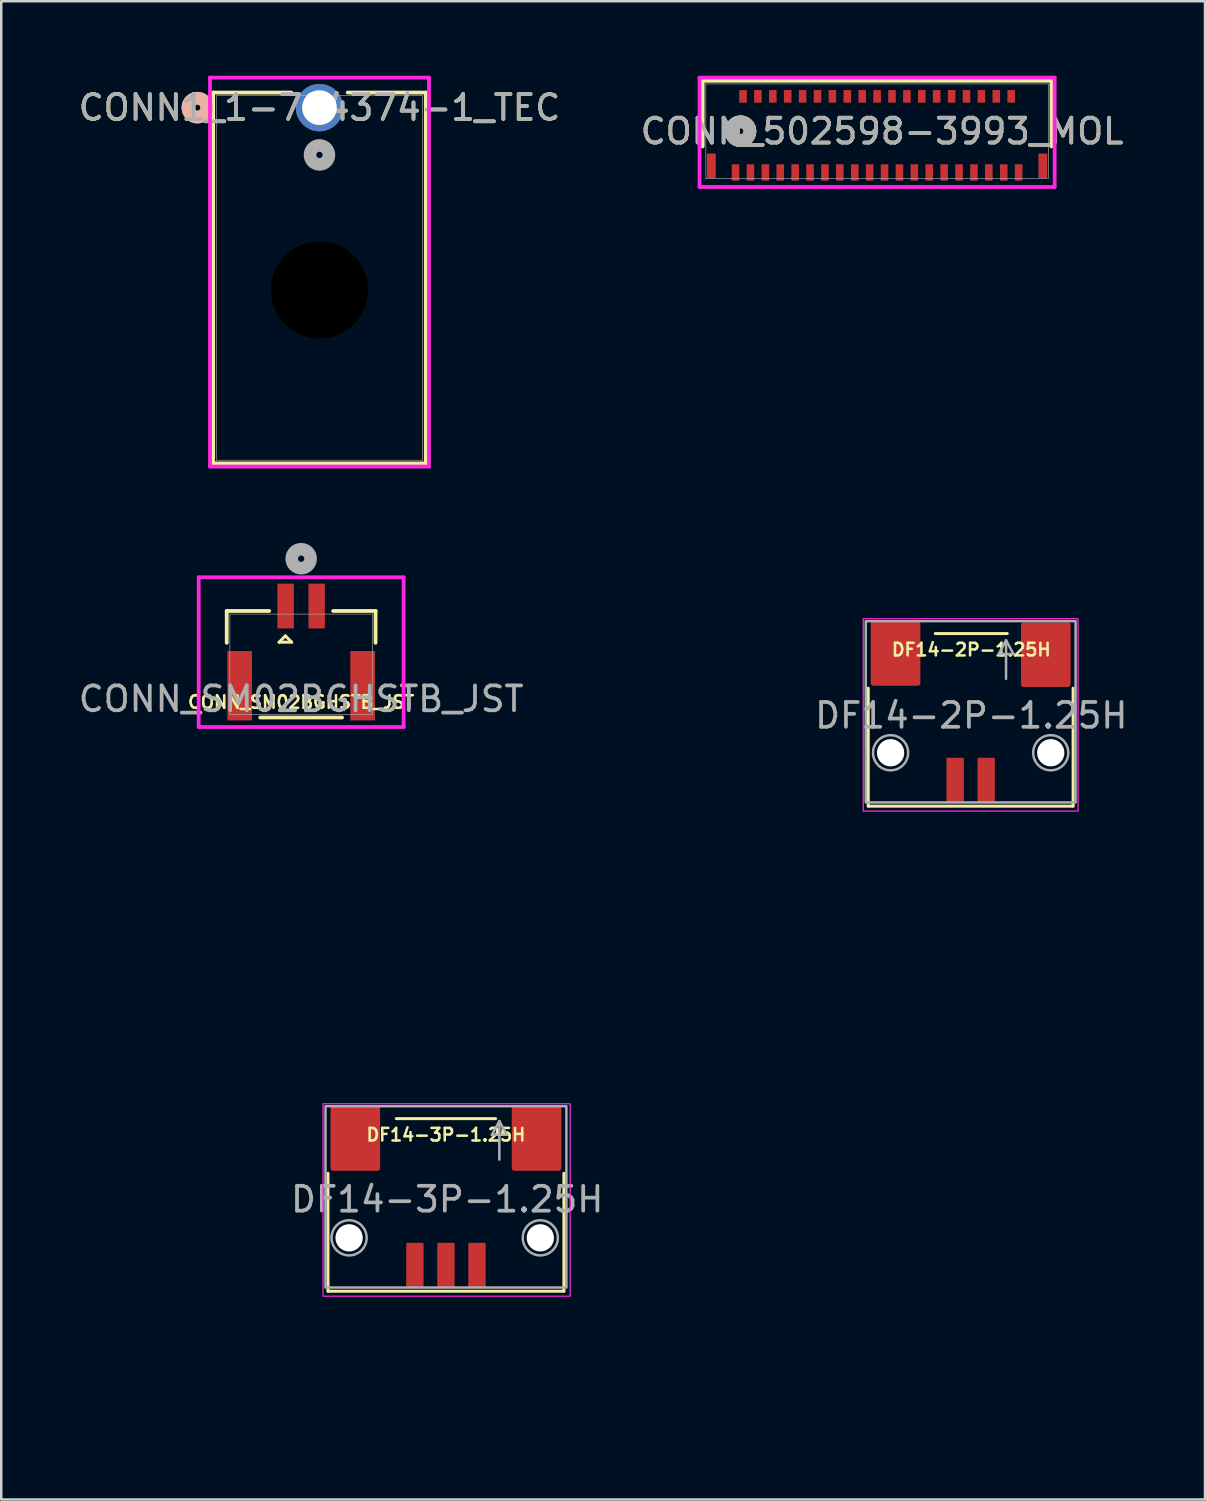
<source format=kicad_pcb>
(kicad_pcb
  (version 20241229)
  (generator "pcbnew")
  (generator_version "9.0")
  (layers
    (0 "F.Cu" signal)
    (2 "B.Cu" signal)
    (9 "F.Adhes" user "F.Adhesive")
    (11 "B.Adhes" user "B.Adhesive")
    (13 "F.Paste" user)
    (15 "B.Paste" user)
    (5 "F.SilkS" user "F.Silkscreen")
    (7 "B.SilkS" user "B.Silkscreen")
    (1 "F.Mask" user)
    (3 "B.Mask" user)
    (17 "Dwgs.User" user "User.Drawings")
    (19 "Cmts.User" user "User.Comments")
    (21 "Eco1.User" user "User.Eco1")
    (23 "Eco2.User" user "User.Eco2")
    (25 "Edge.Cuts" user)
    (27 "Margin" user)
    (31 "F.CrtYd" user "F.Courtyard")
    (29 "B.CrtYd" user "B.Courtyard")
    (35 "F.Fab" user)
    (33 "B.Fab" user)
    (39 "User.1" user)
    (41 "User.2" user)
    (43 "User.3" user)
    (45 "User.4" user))
  (footprint "DF14-2P-1.25H"
    (layer "F.Cu")
    (at 36.063 21.963)
    (property "Reference" "DF14-2P-1.25H" (at 0 1.15 0) (unlocked yes) (layer "F.SilkS") (effects (font (size 0.508 0.508) (thickness 0.102) (bold yes))))
    (attr smd)
    (fp_line (start -4.15 2.7) (end -4.15 7.45) (stroke (width 0.12) (type default)) (layer "F.SilkS"))
    (fp_line (start -4.15 7.45) (end 4.1 7.45) (stroke (width 0.12) (type default)) (layer "F.SilkS"))
    (fp_line (start -1.45 0.5) (end 1.45 0.5) (stroke (width 0.12) (type default)) (layer "F.SilkS"))
    (fp_line (start 4.1 7.45) (end 4.1 2.7) (stroke (width 0.12) (type default)) (layer "F.SilkS"))
    (fp_rect (start -4.35 -0.1) (end 4.3 7.65) (stroke (width 0.05) (type default)) (fill no) (layer "F.CrtYd"))
    (fp_line (start 1.1 1.325) (end 1.7 1.325) (stroke (width 0.1) (type default)) (layer "F.Fab"))
    (fp_line (start 1.4 0.775) (end 1.1 1.325) (stroke (width 0.1) (type default)) (layer "F.Fab"))
    (fp_line (start 1.4 2.325) (end 1.4 0.775) (stroke (width 0.1) (type default)) (layer "F.Fab"))
    (fp_line (start 1.7 1.325) (end 1.4 0.775) (stroke (width 0.1) (type default)) (layer "F.Fab"))
    (fp_rect (start -4.25 0) (end 4.2 7.3) (stroke (width 0.1) (type default)) (fill no) (layer "F.Fab"))
    (fp_circle (center -3.25 5.3) (end -2.75 4.8) (stroke (width 0.1) (type default)) (fill no) (layer "F.Fab"))
    (fp_circle (center 3.2 5.3) (end 3.7 4.8) (stroke (width 0.1) (type default)) (fill no) (layer "F.Fab"))
    (fp_text user "${REFERENCE}" (at 0 3.8 0) (unlocked yes) (layer "F.Fab") (effects (font (size 1 1) (thickness 0.15))))
    (dimension (type aligned) (layer "User.2") (pts (xy 31.413 21.963) (xy 31.413 27.263)) (height 2.25) (format (prefix "") (suffix "") (units 3) (units_format 1) (precision 4)) (style (thickness 0.1) (arrow_length 1.27) (text_position_mode 0) (arrow_direction outward) (extension_height 0.586) (extension_offset 0.5) (keep_text_aligned yes)) (gr_text "5.3000 mm" (at 28.013 24.613 90) (layer "User.2") (effects (font (size 1 1) (thickness 0.15)))))
    (dimension (type aligned) (layer "User.2") (pts (xy 32.813 27.263) (xy 39.263 27.263)) (height 6.9) (format (prefix "") (suffix "") (units 3) (units_format 1) (precision 4)) (style (thickness 0.1) (arrow_length 1.27) (text_position_mode 0) (arrow_direction outward) (extension_height 0.586) (extension_offset 0.5) (keep_text_aligned yes)) (gr_text "6.4500 mm" (at 36.038 33.013 0) (layer "User.2") (effects (font (size 1 1) (thickness 0.15)))))
    (dimension (type aligned) (layer "User.2") (pts (xy 32.013 22.513) (xy 40.063 22.513)) (height -1.7) (format (prefix "") (suffix "") (units 3) (units_format 1) (precision 4)) (style (thickness 0.1) (arrow_length 1.27) (text_position_mode 0) (arrow_direction outward) (extension_height 0.586) (extension_offset 0.5) (keep_text_aligned yes)) (gr_text "8.0500 mm" (at 36.038 19.663 0) (layer "User.2") (effects (font (size 1 1) (thickness 0.15)))))
    (dimension (type aligned) (layer "User.2") (pts (xy 36.663 28.363) (xy 35.413 28.363)) (height -3.15) (format (prefix "") (suffix "") (units 3) (units_format 1) (precision 4)) (style (thickness 0.1) (arrow_length 1.27) (text_position_mode 0) (arrow_direction outward) (extension_height 0.586) (extension_offset 0.5) (keep_text_aligned yes)) (gr_text "1.2500 mm" (at 36.038 30.363 0) (layer "User.2") (effects (font (size 1 1) (thickness 0.15)))))
    (dimension (type aligned) (layer "User.2") (pts (xy 32.163 27.263) (xy 32.163 29.263)) (height 5.4) (format (prefix "") (suffix "") (units 3) (units_format 1) (precision 4)) (style (thickness 0.1) (arrow_length 1.27) (text_position_mode 0) (arrow_direction outward) (extension_height 0.586) (extension_offset 0.5) (keep_text_aligned yes)) (gr_text "2.0000 mm" (at 25.613 28.263 90) (layer "User.2") (effects (font (size 1 1) (thickness 0.15)))))
    (pad "" np_thru_hole circle (at -3.25 5.3) (size 1.1 1.1) (drill 1.1) (layers "*.Cu" "*.Mask"))
    (pad "" smd roundrect (at -3.05 1.3) (size 2 2.6) (layers "F.Cu" "F.Mask" "F.Paste") (roundrect_rratio 0.05))
    (pad "" smd roundrect (at 3 1.35) (size 2 2.6) (layers "F.Cu" "F.Mask" "F.Paste") (roundrect_rratio 0.05))
    (pad "" np_thru_hole circle (at 3.2 5.3) (size 1.1 1.1) (drill 1.1) (layers "*.Cu" "*.Mask"))
    (pad "1" smd roundrect (at -0.65 6.4) (size 0.7 1.8) (layers "F.Cu" "F.Mask" "F.Paste") (roundrect_rratio 0.05))
    (pad "2" smd roundrect (at 0.6 6.4) (size 0.7 1.8) (layers "F.Cu" "F.Mask" "F.Paste") (roundrect_rratio 0.05)))
  (footprint "CONN_SM02BGHSTB_JST"
    (layer "F.Cu")
    (at 9.077 23.699)
    (property "Reference" "CONN_SM02BGHSTB_JST" (at 0 1.524 0) (unlocked yes) (layer "F.SilkS") (effects (font (size 0.508 0.508) (thickness 0.102) (bold yes))))
    (attr smd)
    (fp_line (start -2.997 -2.146) (end -2.997 -0.864) (stroke (width 0.152) (type solid)) (layer "F.SilkS"))
    (fp_line (start -1.647 2.146) (end 1.647 2.146) (stroke (width 0.152) (type solid)) (layer "F.SilkS"))
    (fp_line (start -1.288 -2.146) (end -2.997 -2.146) (stroke (width 0.152) (type solid)) (layer "F.SilkS"))
    (fp_line (start -0.889 -0.889) (end -0.381 -0.889) (stroke (width 0.12) (type default)) (layer "F.SilkS"))
    (fp_line (start -0.635 -1.143) (end -0.889 -0.889) (stroke (width 0.12) (type default)) (layer "F.SilkS"))
    (fp_line (start -0.381 -0.889) (end -0.635 -1.143) (stroke (width 0.12) (type default)) (layer "F.SilkS"))
    (fp_line (start 2.997 -2.146) (end 1.288 -2.146) (stroke (width 0.152) (type solid)) (layer "F.SilkS"))
    (fp_line (start 2.997 -0.864) (end 2.997 -2.146) (stroke (width 0.152) (type solid)) (layer "F.SilkS"))
    (fp_line (start -4.126 -3.501) (end -4.126 2.527) (stroke (width 0.152) (type solid)) (layer "F.CrtYd"))
    (fp_line (start -4.126 2.527) (end 4.126 2.527) (stroke (width 0.152) (type solid)) (layer "F.CrtYd"))
    (fp_line (start 4.126 -3.501) (end -4.126 -3.501) (stroke (width 0.152) (type solid)) (layer "F.CrtYd"))
    (fp_line (start 4.126 2.527) (end 4.126 -3.501) (stroke (width 0.152) (type solid)) (layer "F.CrtYd"))
    (fp_line (start -2.87 -2.019) (end -2.87 2.019) (stroke (width 0.025) (type solid)) (layer "F.Fab"))
    (fp_line (start -2.87 2.019) (end 2.87 2.019) (stroke (width 0.025) (type solid)) (layer "F.Fab"))
    (fp_line (start 2.87 -2.019) (end -2.87 -2.019) (stroke (width 0.025) (type solid)) (layer "F.Fab"))
    (fp_line (start 2.87 2.019) (end 2.87 -2.019) (stroke (width 0.025) (type solid)) (layer "F.Fab"))
    (fp_circle (center 0 -4.25) (end 0.381 -4.25) (stroke (width 0.508) (type solid)) (fill no) (layer "F.Fab"))
    (fp_text user "${REFERENCE}" (at 0 1.397 0) (unlocked yes) (layer "F.Fab") (effects (font (size 1 1) (thickness 0.15))))
    (pad "" smd rect (at -2.475 0.865 90) (size 2.794 0.991) (layers "F.Cu" "F.Mask" "F.Paste"))
    (pad "" smd rect (at 2.475 0.865 90) (size 2.794 0.991) (layers "F.Cu" "F.Mask" "F.Paste"))
    (pad "1" smd rect (at -0.625 -2.345) (size 0.66 1.803) (layers "F.Cu" "F.Mask" "F.Paste"))
    (pad "2" smd rect (at 0.625 -2.345) (size 0.66 1.803) (layers "F.Cu" "F.Mask" "F.Paste")))
  (footprint "CONN1_1-794374-1_TEC"
    (layer "F.Cu")
    (at 9.815 1.284)
    (property "Reference" "CONN1_1-794374-1_TEC" (at 0 0 0) (unlocked yes) (layer "F.SilkS") (effects (font (size 1 1) (thickness 0.15))))
    (attr through_hole)
    (fp_line (start -4.282 -0.607) (end -4.282 14.327) (stroke (width 0.152) (type solid)) (layer "F.SilkS"))
    (fp_line (start -4.282 14.327) (end 4.282 14.327) (stroke (width 0.152) (type solid)) (layer "F.SilkS"))
    (fp_line (start -1.135 -0.607) (end -4.282 -0.607) (stroke (width 0.152) (type solid)) (layer "F.SilkS"))
    (fp_line (start 4.282 -0.607) (end 1.135 -0.607) (stroke (width 0.152) (type solid)) (layer "F.SilkS"))
    (fp_line (start 4.282 14.327) (end 4.282 -0.607) (stroke (width 0.152) (type solid)) (layer "F.SilkS"))
    (fp_circle (center -4.917 0) (end -4.536 0) (stroke (width 0.508) (type solid)) (fill no) (layer "F.SilkS"))
    (fp_circle (center -4.917 0) (end -4.536 0) (stroke (width 0.508) (type solid)) (fill no) (layer "B.SilkS"))
    (fp_line (start -4.409 -1.208) (end -4.409 14.454) (stroke (width 0.152) (type solid)) (layer "F.CrtYd"))
    (fp_line (start -4.409 14.454) (end 4.409 14.454) (stroke (width 0.152) (type solid)) (layer "F.CrtYd"))
    (fp_line (start 4.409 -1.208) (end -4.409 -1.208) (stroke (width 0.152) (type solid)) (layer "F.CrtYd"))
    (fp_line (start 4.409 14.454) (end 4.409 -1.208) (stroke (width 0.152) (type solid)) (layer "F.CrtYd"))
    (fp_line (start -4.155 -0.48) (end -4.155 14.2) (stroke (width 0.025) (type solid)) (layer "F.Fab"))
    (fp_line (start -4.155 14.2) (end 4.155 14.2) (stroke (width 0.025) (type solid)) (layer "F.Fab"))
    (fp_line (start 4.155 -0.48) (end -4.155 -0.48) (stroke (width 0.025) (type solid)) (layer "F.Fab"))
    (fp_line (start 4.155 14.2) (end 4.155 -0.48) (stroke (width 0.025) (type solid)) (layer "F.Fab"))
    (fp_circle (center 0 1.905) (end 0.381 1.905) (stroke (width 0.508) (type solid)) (fill no) (layer "F.Fab"))
    (fp_text user "${REFERENCE}" (at 0 0 0) (unlocked yes) (layer "F.Fab") (effects (font (size 1 1) (thickness 0.15))))
    (pad "" np_thru_hole circle (at 0 7.34) (size 3.912 3.912) (drill 3.912) (layers))
    (pad "1" thru_hole circle (at 0 0) (size 1.908 1.908) (drill 1.397) (layers "*.Cu" "*.Mask")))
  (footprint "DF14-3P-1.25H"
    (layer "F.Cu")
    (at 14.908 41.497)
    (property "Reference" "DF14-3P-1.25H" (at 0 1.15 0) (unlocked yes) (layer "F.SilkS") (effects (font (size 0.508 0.508) (thickness 0.102) (bold yes))))
    (attr smd)
    (fp_line (start -4.75 2.7) (end -4.75 7.45) (stroke (width 0.12) (type default)) (layer "F.SilkS"))
    (fp_line (start -4.75 7.45) (end 4.75 7.45) (stroke (width 0.12) (type default)) (layer "F.SilkS"))
    (fp_line (start -2 0.5) (end 2 0.5) (stroke (width 0.12) (type default)) (layer "F.SilkS"))
    (fp_line (start 4.75 7.45) (end 4.75 2.7) (stroke (width 0.12) (type default)) (layer "F.SilkS"))
    (fp_rect (start -4.95 -0.1) (end 5 7.65) (stroke (width 0.05) (type default)) (fill no) (layer "F.CrtYd"))
    (fp_line (start 1.85 1.15) (end 2.45 1.15) (stroke (width 0.1) (type default)) (layer "F.Fab"))
    (fp_line (start 2.15 0.6) (end 1.85 1.15) (stroke (width 0.1) (type default)) (layer "F.Fab"))
    (fp_line (start 2.15 2.15) (end 2.15 0.6) (stroke (width 0.1) (type default)) (layer "F.Fab"))
    (fp_line (start 2.45 1.15) (end 2.15 0.6) (stroke (width 0.1) (type default)) (layer "F.Fab"))
    (fp_rect (start -4.85 0) (end 4.85 7.3) (stroke (width 0.1) (type default)) (fill no) (layer "F.Fab"))
    (fp_circle (center -3.9 5.3) (end -3.4 4.8) (stroke (width 0.1) (type default)) (fill no) (layer "F.Fab"))
    (fp_circle (center 3.8 5.3) (end 4.3 4.8) (stroke (width 0.1) (type default)) (fill no) (layer "F.Fab"))
    (fp_text user "${REFERENCE}" (at 0.05 3.75 0) (unlocked yes) (layer "F.Fab") (effects (font (size 1 1) (thickness 0.15))))
    (dimension (type aligned) (layer "User.2") (pts (xy 11.008 46.797) (xy 18.708 46.797)) (height 6.9) (format (prefix "") (suffix "") (units 3) (units_format 1) (precision 4)) (style (thickness 0.1) (arrow_length 1.27) (text_position_mode 0) (arrow_direction outward) (extension_height 0.586) (extension_offset 0.5) (keep_text_aligned yes)) (gr_text "7.7000 mm" (at 14.858 52.547 0) (layer "User.2") (effects (font (size 1 1) (thickness 0.15)))))
    (dimension (type aligned) (layer "User.2") (pts (xy 14.908 47.897) (xy 13.658 47.897)) (height -3.15) (format (prefix "") (suffix "") (units 3) (units_format 1) (precision 4)) (style (thickness 0.1) (arrow_length 1.27) (text_position_mode 0) (arrow_direction outward) (extension_height 0.586) (extension_offset 0.5) (keep_text_aligned yes)) (gr_text "1.2500 mm" (at 14.283 49.897 0) (layer "User.2") (effects (font (size 1 1) (thickness 0.15)))))
    (dimension (type aligned) (layer "User.2") (pts (xy 10.258 41.497) (xy 19.558 41.497)) (height -1.7) (format (prefix "") (suffix "") (units 3) (units_format 1) (precision 4)) (style (thickness 0.1) (arrow_length 1.27) (text_position_mode 0) (arrow_direction outward) (extension_height 0.586) (extension_offset 0.5) (keep_text_aligned yes)) (gr_text "9.3000 mm" (at 14.908 38.647 0) (layer "User.2") (effects (font (size 1 1) (thickness 0.15)))))
    (dimension (type aligned) (layer "User.2") (pts (xy 10.258 41.497) (xy 10.258 46.797)) (height 2.25) (format (prefix "") (suffix "") (units 3) (units_format 1) (precision 4)) (style (thickness 0.1) (arrow_length 1.27) (text_position_mode 0) (arrow_direction outward) (extension_height 0.586) (extension_offset 0.5) (keep_text_aligned yes)) (gr_text "5.3000 mm" (at 6.858 44.147 90) (layer "User.2") (effects (font (size 1 1) (thickness 0.15)))))
    (dimension (type aligned) (layer "User.2") (pts (xy 11.008 46.797) (xy 11.008 48.797)) (height 5.4) (format (prefix "") (suffix "") (units 3) (units_format 1) (precision 4)) (style (thickness 0.1) (arrow_length 1.27) (text_position_mode 0) (arrow_direction outward) (extension_height 0.586) (extension_offset 0.5) (keep_text_aligned yes)) (gr_text "2.0000 mm" (at 4.458 47.797 90) (layer "User.2") (effects (font (size 1 1) (thickness 0.15)))))
    (pad "" np_thru_hole circle (at -3.9 5.3) (size 1.1 1.1) (drill 1.1) (layers "*.Cu" "*.Mask"))
    (pad "" smd roundrect (at -3.65 1.3) (size 2 2.6) (layers "F.Cu" "F.Mask" "F.Paste") (roundrect_rratio 0.05))
    (pad "" smd roundrect (at 3.65 1.3) (size 2 2.6) (layers "F.Cu" "F.Mask" "F.Paste") (roundrect_rratio 0.05))
    (pad "" np_thru_hole circle (at 3.8 5.3) (size 1.1 1.1) (drill 1.1) (layers "*.Cu" "*.Mask"))
    (pad "1" smd roundrect (at -1.25 6.4) (size 0.7 1.8) (layers "F.Cu" "F.Mask" "F.Paste") (roundrect_rratio 0.05))
    (pad "2" smd roundrect (at 0 6.4) (size 0.7 1.8) (layers "F.Cu" "F.Mask" "F.Paste") (roundrect_rratio 0.05))
    (pad "3" smd roundrect (at 1.25 6.4) (size 0.7 1.8) (layers "F.Cu" "F.Mask" "F.Paste") (roundrect_rratio 0.05)))
  (footprint "CONN_502598-3993_MOL"
    (layer "F.Cu")
    (at 32.27 2.235)
    (property "Reference" "CONN_502598-3993_MOL" (at 0.2 0 0) (unlocked yes) (layer "F.SilkS") (effects (font (size 1 1) (thickness 0.15))))
    (attr smd)
    (fp_line (start -7.023 -2.032) (end -7.023 0.614) (stroke (width 0.152) (type solid)) (layer "F.SilkS"))
    (fp_line (start 7.023 -2.032) (end -7.023 -2.032) (stroke (width 0.152) (type solid)) (layer "F.SilkS"))
    (fp_line (start 7.023 0.614) (end 7.023 -2.032) (stroke (width 0.152) (type solid)) (layer "F.SilkS"))
    (fp_circle (center -5.5 0) (end -5.119 0) (stroke (width 0.508) (type solid)) (fill no) (layer "F.SilkS"))
    (fp_circle (center -5.5 0) (end -5.119 0) (stroke (width 0.508) (type solid)) (fill no) (layer "B.SilkS"))
    (fp_line (start -7.15 -2.159) (end -7.15 2.244) (stroke (width 0.152) (type solid)) (layer "F.CrtYd"))
    (fp_line (start -7.15 2.244) (end 7.15 2.244) (stroke (width 0.152) (type solid)) (layer "F.CrtYd"))
    (fp_line (start 7.15 -2.159) (end -7.15 -2.159) (stroke (width 0.152) (type solid)) (layer "F.CrtYd"))
    (fp_line (start 7.15 2.244) (end 7.15 -2.159) (stroke (width 0.152) (type solid)) (layer "F.CrtYd"))
    (fp_line (start -6.896 -1.905) (end -6.896 1.905) (stroke (width 0.025) (type solid)) (layer "F.Fab"))
    (fp_line (start -6.896 1.905) (end 6.896 1.905) (stroke (width 0.025) (type solid)) (layer "F.Fab"))
    (fp_line (start 6.896 -1.905) (end -6.896 -1.905) (stroke (width 0.025) (type solid)) (layer "F.Fab"))
    (fp_line (start 6.896 1.905) (end 6.896 -1.905) (stroke (width 0.025) (type solid)) (layer "F.Fab"))
    (fp_circle (center -5.5 0) (end -5.119 0) (stroke (width 0.508) (type solid)) (fill no) (layer "F.Fab"))
    (fp_text user "${REFERENCE}" (at 0.2 0 0) (unlocked yes) (layer "F.Fab") (effects (font (size 1 1) (thickness 0.15))))
    (pad "1" smd rect (at -5.7 1.66) (size 0.305 0.66) (layers "F.Cu" "F.Mask" "F.Paste"))
    (pad "2" smd rect (at -5.4 -1.405) (size 0.305 0.508) (layers "F.Cu" "F.Mask" "F.Paste"))
    (pad "3" smd rect (at -5.1 1.66) (size 0.305 0.66) (layers "F.Cu" "F.Mask" "F.Paste"))
    (pad "4" smd rect (at -4.8 -1.405) (size 0.305 0.508) (layers "F.Cu" "F.Mask" "F.Paste"))
    (pad "5" smd rect (at -4.5 1.66) (size 0.305 0.66) (layers "F.Cu" "F.Mask" "F.Paste"))
    (pad "6" smd rect (at -4.2 -1.405) (size 0.305 0.508) (layers "F.Cu" "F.Mask" "F.Paste"))
    (pad "7" smd rect (at -3.9 1.66) (size 0.305 0.66) (layers "F.Cu" "F.Mask" "F.Paste"))
    (pad "8" smd rect (at -3.6 -1.405) (size 0.305 0.508) (layers "F.Cu" "F.Mask" "F.Paste"))
    (pad "9" smd rect (at -3.3 1.66) (size 0.305 0.66) (layers "F.Cu" "F.Mask" "F.Paste"))
    (pad "10" smd rect (at -3 -1.405) (size 0.305 0.508) (layers "F.Cu" "F.Mask" "F.Paste"))
    (pad "11" smd rect (at -2.7 1.66) (size 0.305 0.66) (layers "F.Cu" "F.Mask" "F.Paste"))
    (pad "12" smd rect (at -2.4 -1.405) (size 0.305 0.508) (layers "F.Cu" "F.Mask" "F.Paste"))
    (pad "13" smd rect (at -2.1 1.66) (size 0.305 0.66) (layers "F.Cu" "F.Mask" "F.Paste"))
    (pad "14" smd rect (at -1.8 -1.405) (size 0.305 0.508) (layers "F.Cu" "F.Mask" "F.Paste"))
    (pad "15" smd rect (at -1.5 1.66) (size 0.305 0.66) (layers "F.Cu" "F.Mask" "F.Paste"))
    (pad "16" smd rect (at -1.2 -1.405) (size 0.305 0.508) (layers "F.Cu" "F.Mask" "F.Paste"))
    (pad "17" smd rect (at -0.9 1.66) (size 0.305 0.66) (layers "F.Cu" "F.Mask" "F.Paste"))
    (pad "18" smd rect (at -0.6 -1.405) (size 0.305 0.508) (layers "F.Cu" "F.Mask" "F.Paste"))
    (pad "19" smd rect (at -0.3 1.66) (size 0.305 0.66) (layers "F.Cu" "F.Mask" "F.Paste"))
    (pad "20" smd rect (at 0 -1.405) (size 0.305 0.508) (layers "F.Cu" "F.Mask" "F.Paste"))
    (pad "21" smd rect (at 0.3 1.66) (size 0.305 0.66) (layers "F.Cu" "F.Mask" "F.Paste"))
    (pad "22" smd rect (at 0.6 -1.405) (size 0.305 0.508) (layers "F.Cu" "F.Mask" "F.Paste"))
    (pad "23" smd rect (at 0.9 1.66) (size 0.305 0.66) (layers "F.Cu" "F.Mask" "F.Paste"))
    (pad "24" smd rect (at 1.2 -1.405) (size 0.305 0.508) (layers "F.Cu" "F.Mask" "F.Paste"))
    (pad "25" smd rect (at 1.5 1.66) (size 0.305 0.66) (layers "F.Cu" "F.Mask" "F.Paste"))
    (pad "26" smd rect (at 1.8 -1.405) (size 0.305 0.508) (layers "F.Cu" "F.Mask" "F.Paste"))
    (pad "27" smd rect (at 2.1 1.66) (size 0.305 0.66) (layers "F.Cu" "F.Mask" "F.Paste"))
    (pad "28" smd rect (at 2.4 -1.405) (size 0.305 0.508) (layers "F.Cu" "F.Mask" "F.Paste"))
    (pad "29" smd rect (at 2.7 1.66) (size 0.305 0.66) (layers "F.Cu" "F.Mask" "F.Paste"))
    (pad "30" smd rect (at 3 -1.405) (size 0.305 0.508) (layers "F.Cu" "F.Mask" "F.Paste"))
    (pad "31" smd rect (at 3.3 1.66) (size 0.305 0.66) (layers "F.Cu" "F.Mask" "F.Paste"))
    (pad "32" smd rect (at 3.6 -1.405) (size 0.305 0.508) (layers "F.Cu" "F.Mask" "F.Paste"))
    (pad "33" smd rect (at 3.9 1.66) (size 0.305 0.66) (layers "F.Cu" "F.Mask" "F.Paste"))
    (pad "34" smd rect (at 4.2 -1.405) (size 0.305 0.508) (layers "F.Cu" "F.Mask" "F.Paste"))
    (pad "35" smd rect (at 4.5 1.66) (size 0.305 0.66) (layers "F.Cu" "F.Mask" "F.Paste"))
    (pad "36" smd rect (at 4.8 -1.405) (size 0.305 0.508) (layers "F.Cu" "F.Mask" "F.Paste"))
    (pad "37" smd rect (at 5.1 1.66) (size 0.305 0.66) (layers "F.Cu" "F.Mask" "F.Paste"))
    (pad "38" smd rect (at 5.4 -1.405) (size 0.305 0.508) (layers "F.Cu" "F.Mask" "F.Paste"))
    (pad "39" smd rect (at 5.7 1.66) (size 0.305 0.66) (layers "F.Cu" "F.Mask" "F.Paste"))
    (pad "40" smd rect (at -6.675 1.395) (size 0.356 0.991) (layers "F.Cu" "F.Mask" "F.Paste"))
    (pad "41" smd rect (at 6.675 1.395) (size 0.356 0.991) (layers "F.Cu" "F.Mask" "F.Paste")))
  (gr_rect
    (start -3 -3)
    (end 45.474 57.334)
    (stroke (width 0.1) (type default))
    (fill no)
    (layer "Edge.Cuts")))
</source>
